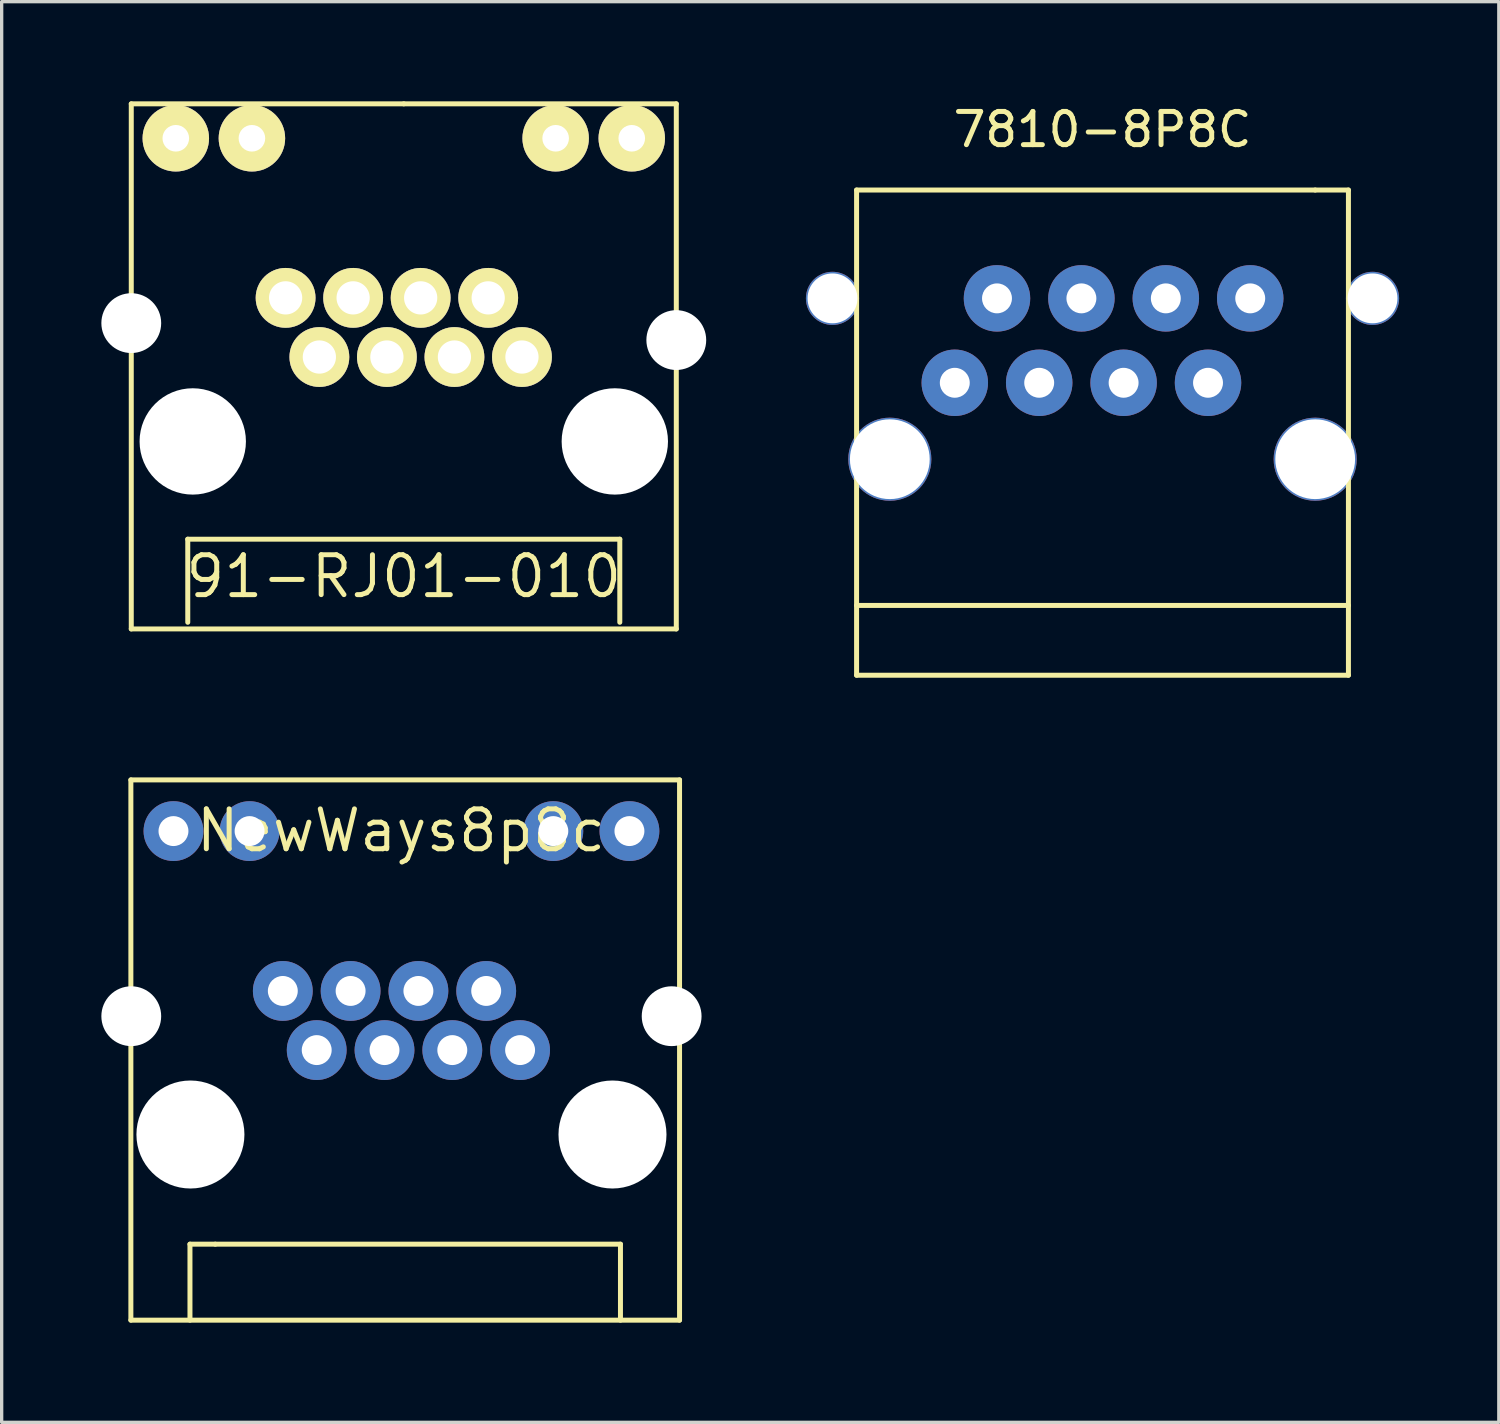
<source format=kicad_pcb>
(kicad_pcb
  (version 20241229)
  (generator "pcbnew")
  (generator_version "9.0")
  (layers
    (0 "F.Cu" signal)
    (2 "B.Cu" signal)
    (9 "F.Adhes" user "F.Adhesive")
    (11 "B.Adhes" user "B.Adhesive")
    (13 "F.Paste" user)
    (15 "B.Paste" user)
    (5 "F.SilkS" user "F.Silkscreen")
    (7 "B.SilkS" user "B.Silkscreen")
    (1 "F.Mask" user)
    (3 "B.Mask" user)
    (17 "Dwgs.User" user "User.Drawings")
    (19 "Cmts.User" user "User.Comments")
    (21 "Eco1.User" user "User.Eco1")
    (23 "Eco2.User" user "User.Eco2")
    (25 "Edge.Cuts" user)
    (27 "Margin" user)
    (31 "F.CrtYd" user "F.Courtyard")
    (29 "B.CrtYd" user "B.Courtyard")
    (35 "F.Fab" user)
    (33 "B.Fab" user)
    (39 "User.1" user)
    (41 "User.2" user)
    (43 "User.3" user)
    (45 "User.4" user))
  (footprint "91-RJ01-010"
    (layer "F.Cu")
    (at 9.1 6.675)
    (property "Reference" "91-RJ01-010" (at 0 7.62 180) (layer "F.SilkS") (effects (font (size 1.2 1.2) (thickness 0.15))))
    (attr through_hole)
    (fp_line (start -8.2 -6.6) (end 0 -6.6) (stroke (width 0.15) (type solid)) (layer "F.SilkS"))
    (fp_line (start -8.2 9.2) (end -8.2 -6.6) (stroke (width 0.15) (type solid)) (layer "F.SilkS"))
    (fp_line (start -6.5 6.5) (end 6.5 6.5) (stroke (width 0.15) (type solid)) (layer "F.SilkS"))
    (fp_line (start -6.5 9) (end -6.5 6.5) (stroke (width 0.15) (type solid)) (layer "F.SilkS"))
    (fp_line (start 0 -6.6) (end 8.2 -6.6) (stroke (width 0.15) (type solid)) (layer "F.SilkS"))
    (fp_line (start 6.5 6.5) (end 6.5 9) (stroke (width 0.15) (type solid)) (layer "F.SilkS"))
    (fp_line (start 8.2 -6.6) (end 8.2 9.2) (stroke (width 0.15) (type solid)) (layer "F.SilkS"))
    (fp_line (start 8.2 9.2) (end -8.2 9.2) (stroke (width 0.15) (type solid)) (layer "F.SilkS"))
    (pad "" np_thru_hole circle (at -8.2 -0.002) (size 1.8 1.8) (drill 1.8) (layers "*.Cu" "*.Mask"))
    (pad "" np_thru_hole circle (at -6.35 3.558) (size 3.2 3.2) (drill 3.2) (layers "*.Cu" "*.Mask"))
    (pad "" np_thru_hole circle (at 6.35 3.558) (size 3.2 3.2) (drill 3.2) (layers "*.Cu" "*.Mask"))
    (pad "" np_thru_hole circle (at 8.2 0.508) (size 1.8 1.8) (drill 1.8) (layers "*.Cu" "*.Mask"))
    (pad "1" thru_hole circle (at 3.556 1.018) (size 1.8 1.8) (drill 1) (layers "*.Cu" "*.Mask" "F.SilkS"))
    (pad "2" thru_hole circle (at 2.54 -0.762) (size 1.8 1.8) (drill 1) (layers "*.Cu" "*.Mask" "F.SilkS"))
    (pad "3" thru_hole circle (at 1.524 1.018) (size 1.8 1.8) (drill 1) (layers "*.Cu" "*.Mask" "F.SilkS"))
    (pad "4" thru_hole circle (at 0.508 -0.762) (size 1.8 1.8) (drill 1) (layers "*.Cu" "*.Mask" "F.SilkS"))
    (pad "5" thru_hole circle (at -0.508 1.018) (size 1.8 1.8) (drill 1) (layers "*.Cu" "*.Mask" "F.SilkS"))
    (pad "6" thru_hole circle (at -1.524 -0.762) (size 1.8 1.8) (drill 1) (layers "*.Cu" "*.Mask" "F.SilkS"))
    (pad "7" thru_hole circle (at -2.54 1.018) (size 1.8 1.8) (drill 1) (layers "*.Cu" "*.Mask" "F.SilkS"))
    (pad "8" thru_hole circle (at -3.556 -0.762) (size 1.8 1.8) (drill 1) (layers "*.Cu" "*.Mask" "F.SilkS"))
    (pad "9" thru_hole circle (at -6.86 -5.564) (size 2 2) (drill 0.8) (layers "*.Cu" "*.Mask" "F.SilkS"))
    (pad "10" thru_hole circle (at -4.57 -5.564) (size 2 2) (drill 0.8) (layers "*.Cu" "*.Mask" "F.SilkS"))
    (pad "11" thru_hole circle (at 4.57 -5.564) (size 2 2) (drill 0.8) (layers "*.Cu" "*.Mask" "F.SilkS"))
    (pad "12" thru_hole circle (at 6.86 -5.564) (size 2 2) (drill 0.8) (layers "*.Cu" "*.Mask" "F.SilkS")))
  (footprint "NewWays8p8c"
    (layer "F.Cu")
    (at 5.46 26.768)
    (property "Reference" "NewWays8p8c" (at 3.556 -4.826 180) (layer "F.SilkS") (effects (font (size 1.2 1.2) (thickness 0.15))))
    (attr through_hole)
    (fp_line (start -4.572 -6.35) (end -4.572 9.906) (stroke (width 0.15) (type solid)) (layer "F.SilkS"))
    (fp_line (start -4.572 9.906) (end 11.938 9.906) (stroke (width 0.15) (type solid)) (layer "F.SilkS"))
    (fp_line (start -2.794 7.62) (end -2.032 7.62) (stroke (width 0.15) (type solid)) (layer "F.SilkS"))
    (fp_line (start -2.794 9.906) (end -2.794 7.62) (stroke (width 0.15) (type solid)) (layer "F.SilkS"))
    (fp_line (start -2.032 7.62) (end 10.16 7.62) (stroke (width 0.15) (type solid)) (layer "F.SilkS"))
    (fp_line (start 10.16 7.62) (end 10.16 9.906) (stroke (width 0.15) (type solid)) (layer "F.SilkS"))
    (fp_line (start 11.938 -6.35) (end -4.572 -6.35) (stroke (width 0.15) (type solid)) (layer "F.SilkS"))
    (fp_line (start 11.938 9.906) (end 11.938 -6.35) (stroke (width 0.15) (type solid)) (layer "F.SilkS"))
    (pad "" np_thru_hole circle (at -4.56 0.76) (size 1.8 1.8) (drill 1.8) (layers "*.Cu" "*.Mask"))
    (pad "" np_thru_hole circle (at -2.78 4.32) (size 3.25 3.25) (drill 3.25) (layers "*.Cu" "*.Mask"))
    (pad "" np_thru_hole circle (at 9.92 4.32) (size 3.25 3.25) (drill 3.25) (layers "*.Cu" "*.Mask"))
    (pad "" np_thru_hole circle (at 11.7 0.76) (size 1.8 1.8) (drill 1.8) (layers "*.Cu" "*.Mask"))
    (pad "1" thru_hole circle (at 0 0) (size 1.8 1.8) (drill 0.9) (layers "*.Cu" "*.Mask"))
    (pad "2" thru_hole circle (at 1.02 1.78) (size 1.8 1.8) (drill 0.9) (layers "*.Cu" "*.Mask"))
    (pad "3" thru_hole circle (at 2.04 0) (size 1.8 1.8) (drill 0.9) (layers "*.Cu" "*.Mask"))
    (pad "4" thru_hole circle (at 3.06 1.78) (size 1.8 1.8) (drill 0.9) (layers "*.Cu" "*.Mask"))
    (pad "5" thru_hole circle (at 4.08 0) (size 1.8 1.8) (drill 0.9) (layers "*.Cu" "*.Mask"))
    (pad "6" thru_hole circle (at 5.1 1.78) (size 1.8 1.8) (drill 0.9) (layers "*.Cu" "*.Mask"))
    (pad "7" thru_hole circle (at 6.12 0) (size 1.8 1.8) (drill 0.9) (layers "*.Cu" "*.Mask"))
    (pad "8" thru_hole circle (at 7.14 1.78) (size 1.8 1.8) (drill 0.9) (layers "*.Cu" "*.Mask"))
    (pad "9" thru_hole circle (at -3.29 -4.81) (size 1.8 1.8) (drill 0.9) (layers "*.Cu" "*.Mask"))
    (pad "10" thru_hole circle (at -1 -4.81) (size 1.8 1.8) (drill 0.9) (layers "*.Cu" "*.Mask"))
    (pad "11" thru_hole circle (at 8.14 -4.81) (size 1.8 1.8) (drill 0.9) (layers "*.Cu" "*.Mask"))
    (pad "12" thru_hole circle (at 10.43 -4.81) (size 1.8 1.8) (drill 0.9) (layers "*.Cu" "*.Mask")))
  (footprint "7810-8P8C"
    (layer "F.Cu")
    (at 30.125 8.468)
    (property "Reference" "7810-8P8C" (at 0 -7.62 0) (layer "F.SilkS") (effects (font (size 1 1) (thickness 0.15))))
    (attr through_hole)
    (fp_line (start -7.4 -5.8) (end -7.4 8.8) (stroke (width 0.15) (type solid)) (layer "F.SilkS"))
    (fp_line (start -7.4 6.7) (end 7.4 6.7) (stroke (width 0.15) (type solid)) (layer "F.SilkS"))
    (fp_line (start -7.4 8.8) (end 7.4 8.8) (stroke (width 0.15) (type solid)) (layer "F.SilkS"))
    (fp_line (start 6.4 -5.8) (end -7.4 -5.8) (stroke (width 0.15) (type solid)) (layer "F.SilkS"))
    (fp_line (start 6.4 -5.8) (end 7.4 -5.8) (stroke (width 0.15) (type solid)) (layer "F.SilkS"))
    (fp_line (start 7.4 -5.8) (end 7.4 8.8) (stroke (width 0.15) (type solid)) (layer "F.SilkS"))
    (pad "" np_thru_hole circle (at -8.125 -2.54) (size 1.6 1.6) (drill 1.5) (layers "*.Cu" "*.Mask"))
    (pad "" np_thru_hole circle (at -6.4 2.3) (size 2.5 2.5) (drill 2.4) (layers "*.Cu" "*.Mask"))
    (pad "" np_thru_hole circle (at 6.4 2.3) (size 2.5 2.5) (drill 2.4) (layers "*.Cu" "*.Mask"))
    (pad "" np_thru_hole circle (at 8.125 -2.54) (size 1.6 1.6) (drill 1.5) (layers "*.Cu" "*.Mask"))
    (pad "1" thru_hole circle (at 4.445 -2.54) (size 2 2) (drill 0.9) (layers "*.Cu" "*.Mask"))
    (pad "2" thru_hole circle (at 3.175 0) (size 2 2) (drill 0.9) (layers "*.Cu" "*.Mask"))
    (pad "3" thru_hole circle (at 1.905 -2.54) (size 2 2) (drill 0.9) (layers "*.Cu" "*.Mask"))
    (pad "4" thru_hole circle (at 0.635 0) (size 2 2) (drill 0.9) (layers "*.Cu" "*.Mask"))
    (pad "5" thru_hole circle (at -0.635 -2.54) (size 2 2) (drill 0.9) (layers "*.Cu" "*.Mask"))
    (pad "6" thru_hole circle (at -1.905 0) (size 2 2) (drill 0.9) (layers "*.Cu" "*.Mask"))
    (pad "7" thru_hole circle (at -3.175 -2.54) (size 2 2) (drill 0.9) (layers "*.Cu" "*.Mask"))
    (pad "8" thru_hole circle (at -4.445 0) (size 2 2) (drill 0.9) (layers "*.Cu" "*.Mask")))
  (gr_rect
    (start -3 -3)
    (end 42.05 39.749)
    (stroke (width 0.1) (type default))
    (fill no)
    (layer "Edge.Cuts")))
</source>
